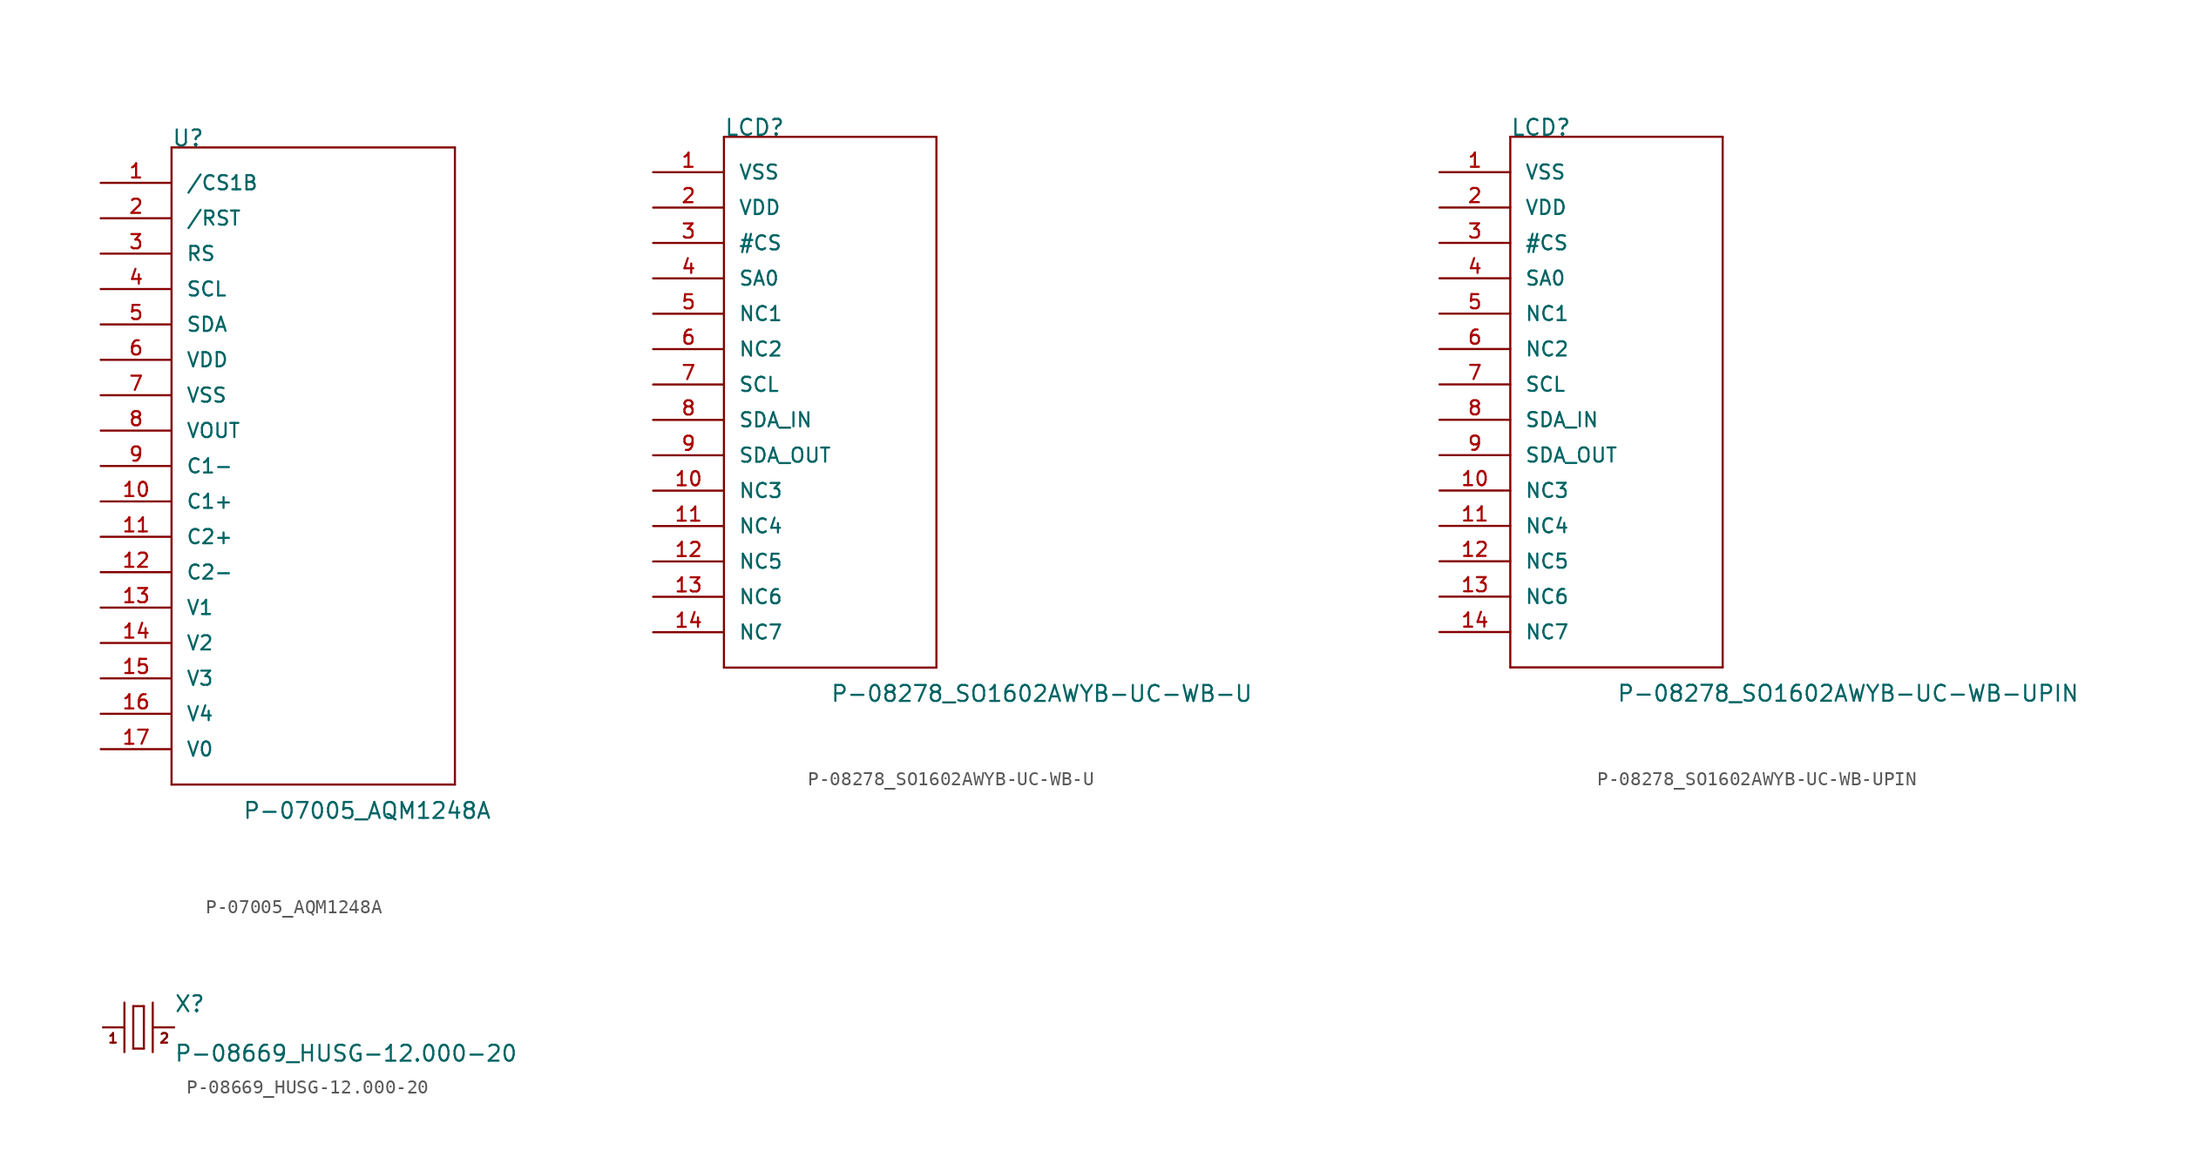
<source format=kicad_sym>
(kicad_symbol_lib
  (version 20211014)
  (generator kicad_symbol_editor)
  (symbol "P-07005_AQM1248A"
    (pin_names
      (offset 1.016))
    (property "Reference" "U"
      (at -2.54 48.26 0)
      (effects (font (size 1.143 1.143)) (justify left bottom)))
    (property "Value" "P-07005_AQM1248A"
      (at 2.54 0 0)
      (effects (font (size 1.143 1.143)) (justify left bottom)))
    (property "ki_locked" ""
      (at 0 0 0)
      (effects (font (size 1.27 1.27))))
    (symbol "P-07005_AQM1248A_1_0"
      (polyline (pts (xy -2.54 2.54) (xy 17.78 2.54)) (stroke (width 0) (type default) (color 0 0 0 0)) (fill (type none)))
      (polyline (pts (xy -2.54 48.26) (xy -2.54 2.54)) (stroke (width 0) (type default) (color 0 0 0 0)) (fill (type none)))
      (polyline (pts (xy 17.78 2.54) (xy 17.78 48.26)) (stroke (width 0) (type default) (color 0 0 0 0)) (fill (type none)))
      (polyline (pts (xy 17.78 48.26) (xy -2.54 48.26)) (stroke (width 0) (type default) (color 0 0 0 0)) (fill (type none))))
    (symbol "P-07005_AQM1248A_1_1"
      (pin bidirectional line (at -7.62 45.72 0) (length 5.08) (name "/CS1B" (effects (font (size 1.016 1.016)))) (number "1" (effects (font (size 1.016 1.016)))))
      (pin bidirectional line (at -7.62 22.86 0) (length 5.08) (name "C1+" (effects (font (size 1.016 1.016)))) (number "10" (effects (font (size 1.016 1.016)))))
      (pin bidirectional line (at -7.62 20.32 0) (length 5.08) (name "C2+" (effects (font (size 1.016 1.016)))) (number "11" (effects (font (size 1.016 1.016)))))
      (pin bidirectional line (at -7.62 17.78 0) (length 5.08) (name "C2-" (effects (font (size 1.016 1.016)))) (number "12" (effects (font (size 1.016 1.016)))))
      (pin bidirectional line (at -7.62 15.24 0) (length 5.08) (name "V1" (effects (font (size 1.016 1.016)))) (number "13" (effects (font (size 1.016 1.016)))))
      (pin bidirectional line (at -7.62 12.7 0) (length 5.08) (name "V2" (effects (font (size 1.016 1.016)))) (number "14" (effects (font (size 1.016 1.016)))))
      (pin bidirectional line (at -7.62 10.16 0) (length 5.08) (name "V3" (effects (font (size 1.016 1.016)))) (number "15" (effects (font (size 1.016 1.016)))))
      (pin bidirectional line (at -7.62 7.62 0) (length 5.08) (name "V4" (effects (font (size 1.016 1.016)))) (number "16" (effects (font (size 1.016 1.016)))))
      (pin bidirectional line (at -7.62 5.08 0) (length 5.08) (name "V0" (effects (font (size 1.016 1.016)))) (number "17" (effects (font (size 1.016 1.016)))))
      (pin bidirectional line (at -7.62 43.18 0) (length 5.08) (name "/RST" (effects (font (size 1.016 1.016)))) (number "2" (effects (font (size 1.016 1.016)))))
      (pin bidirectional line (at -7.62 40.64 0) (length 5.08) (name "RS" (effects (font (size 1.016 1.016)))) (number "3" (effects (font (size 1.016 1.016)))))
      (pin bidirectional line (at -7.62 38.1 0) (length 5.08) (name "SCL" (effects (font (size 1.016 1.016)))) (number "4" (effects (font (size 1.016 1.016)))))
      (pin bidirectional line (at -7.62 35.56 0) (length 5.08) (name "SDA" (effects (font (size 1.016 1.016)))) (number "5" (effects (font (size 1.016 1.016)))))
      (pin bidirectional line (at -7.62 33.02 0) (length 5.08) (name "VDD" (effects (font (size 1.016 1.016)))) (number "6" (effects (font (size 1.016 1.016)))))
      (pin bidirectional line (at -7.62 30.48 0) (length 5.08) (name "VSS" (effects (font (size 1.016 1.016)))) (number "7" (effects (font (size 1.016 1.016)))))
      (pin bidirectional line (at -7.62 27.94 0) (length 5.08) (name "VOUT" (effects (font (size 1.016 1.016)))) (number "8" (effects (font (size 1.016 1.016)))))
      (pin bidirectional line (at -7.62 25.4 0) (length 5.08) (name "C1-" (effects (font (size 1.016 1.016)))) (number "9" (effects (font (size 1.016 1.016)))))))
  (symbol "P-08278_SO1602AWYB-UC-WB-U"
    (pin_names
      (offset 1.016))
    (property "Reference" "LCD"
      (at -22.86 22.86 0)
      (effects (font (size 1.143 1.143)) (justify left bottom)))
    (property "Value" "P-08278_SO1602AWYB-UC-WB-U"
      (at -15.24 -17.78 0)
      (effects (font (size 1.143 1.143)) (justify left bottom)))
    (property "ki_locked" ""
      (at 0 0 0)
      (effects (font (size 1.27 1.27))))
    (symbol "P-08278_SO1602AWYB-UC-WB-U_1_0"
      (polyline (pts (xy -22.86 -15.24) (xy -22.86 22.86)) (stroke (width 0) (type default) (color 0 0 0 0)) (fill (type none)))
      (polyline (pts (xy -22.86 22.86) (xy -7.62 22.86)) (stroke (width 0) (type default) (color 0 0 0 0)) (fill (type none)))
      (polyline (pts (xy -7.62 -15.24) (xy -22.86 -15.24)) (stroke (width 0) (type default) (color 0 0 0 0)) (fill (type none)))
      (polyline (pts (xy -7.62 22.86) (xy -7.62 -15.24)) (stroke (width 0) (type default) (color 0 0 0 0)) (fill (type none))))
    (symbol "P-08278_SO1602AWYB-UC-WB-U_1_1"
      (pin bidirectional line (at -27.94 20.32 0) (length 5.08) (name "VSS" (effects (font (size 1.016 1.016)))) (number "1" (effects (font (size 1.016 1.016)))))
      (pin bidirectional line (at -27.94 -2.54 0) (length 5.08) (name "NC3" (effects (font (size 1.016 1.016)))) (number "10" (effects (font (size 1.016 1.016)))))
      (pin bidirectional line (at -27.94 -5.08 0) (length 5.08) (name "NC4" (effects (font (size 1.016 1.016)))) (number "11" (effects (font (size 1.016 1.016)))))
      (pin bidirectional line (at -27.94 -7.62 0) (length 5.08) (name "NC5" (effects (font (size 1.016 1.016)))) (number "12" (effects (font (size 1.016 1.016)))))
      (pin bidirectional line (at -27.94 -10.16 0) (length 5.08) (name "NC6" (effects (font (size 1.016 1.016)))) (number "13" (effects (font (size 1.016 1.016)))))
      (pin bidirectional line (at -27.94 -12.7 0) (length 5.08) (name "NC7" (effects (font (size 1.016 1.016)))) (number "14" (effects (font (size 1.016 1.016)))))
      (pin bidirectional line (at -27.94 17.78 0) (length 5.08) (name "VDD" (effects (font (size 1.016 1.016)))) (number "2" (effects (font (size 1.016 1.016)))))
      (pin bidirectional line (at -27.94 15.24 0) (length 5.08) (name "#CS" (effects (font (size 1.016 1.016)))) (number "3" (effects (font (size 1.016 1.016)))))
      (pin bidirectional line (at -27.94 12.7 0) (length 5.08) (name "SA0" (effects (font (size 1.016 1.016)))) (number "4" (effects (font (size 1.016 1.016)))))
      (pin bidirectional line (at -27.94 10.16 0) (length 5.08) (name "NC1" (effects (font (size 1.016 1.016)))) (number "5" (effects (font (size 1.016 1.016)))))
      (pin bidirectional line (at -27.94 7.62 0) (length 5.08) (name "NC2" (effects (font (size 1.016 1.016)))) (number "6" (effects (font (size 1.016 1.016)))))
      (pin bidirectional line (at -27.94 5.08 0) (length 5.08) (name "SCL" (effects (font (size 1.016 1.016)))) (number "7" (effects (font (size 1.016 1.016)))))
      (pin bidirectional line (at -27.94 2.54 0) (length 5.08) (name "SDA_IN" (effects (font (size 1.016 1.016)))) (number "8" (effects (font (size 1.016 1.016)))))
      (pin bidirectional line (at -27.94 0 0) (length 5.08) (name "SDA_OUT" (effects (font (size 1.016 1.016)))) (number "9" (effects (font (size 1.016 1.016)))))))
  (symbol "P-08278_SO1602AWYB-UC-WB-UPIN"
    (pin_names
      (offset 1.016))
    (property "Reference" "LCD"
      (at -22.86 22.86 0)
      (effects (font (size 1.143 1.143)) (justify left bottom)))
    (property "Value" "P-08278_SO1602AWYB-UC-WB-UPIN"
      (at -15.24 -17.78 0)
      (effects (font (size 1.143 1.143)) (justify left bottom)))
    (property "ki_locked" ""
      (at 0 0 0)
      (effects (font (size 1.27 1.27))))
    (symbol "P-08278_SO1602AWYB-UC-WB-UPIN_1_0"
      (polyline (pts (xy -22.86 -15.24) (xy -22.86 22.86)) (stroke (width 0) (type default) (color 0 0 0 0)) (fill (type none)))
      (polyline (pts (xy -22.86 22.86) (xy -7.62 22.86)) (stroke (width 0) (type default) (color 0 0 0 0)) (fill (type none)))
      (polyline (pts (xy -7.62 -15.24) (xy -22.86 -15.24)) (stroke (width 0) (type default) (color 0 0 0 0)) (fill (type none)))
      (polyline (pts (xy -7.62 22.86) (xy -7.62 -15.24)) (stroke (width 0) (type default) (color 0 0 0 0)) (fill (type none))))
    (symbol "P-08278_SO1602AWYB-UC-WB-UPIN_1_1"
      (pin bidirectional line (at -27.94 20.32 0) (length 5.08) (name "VSS" (effects (font (size 1.016 1.016)))) (number "1" (effects (font (size 1.016 1.016)))))
      (pin bidirectional line (at -27.94 -2.54 0) (length 5.08) (name "NC3" (effects (font (size 1.016 1.016)))) (number "10" (effects (font (size 1.016 1.016)))))
      (pin bidirectional line (at -27.94 -5.08 0) (length 5.08) (name "NC4" (effects (font (size 1.016 1.016)))) (number "11" (effects (font (size 1.016 1.016)))))
      (pin bidirectional line (at -27.94 -7.62 0) (length 5.08) (name "NC5" (effects (font (size 1.016 1.016)))) (number "12" (effects (font (size 1.016 1.016)))))
      (pin bidirectional line (at -27.94 -10.16 0) (length 5.08) (name "NC6" (effects (font (size 1.016 1.016)))) (number "13" (effects (font (size 1.016 1.016)))))
      (pin bidirectional line (at -27.94 -12.7 0) (length 5.08) (name "NC7" (effects (font (size 1.016 1.016)))) (number "14" (effects (font (size 1.016 1.016)))))
      (pin bidirectional line (at -27.94 17.78 0) (length 5.08) (name "VDD" (effects (font (size 1.016 1.016)))) (number "2" (effects (font (size 1.016 1.016)))))
      (pin bidirectional line (at -27.94 15.24 0) (length 5.08) (name "#CS" (effects (font (size 1.016 1.016)))) (number "3" (effects (font (size 1.016 1.016)))))
      (pin bidirectional line (at -27.94 12.7 0) (length 5.08) (name "SA0" (effects (font (size 1.016 1.016)))) (number "4" (effects (font (size 1.016 1.016)))))
      (pin bidirectional line (at -27.94 10.16 0) (length 5.08) (name "NC1" (effects (font (size 1.016 1.016)))) (number "5" (effects (font (size 1.016 1.016)))))
      (pin bidirectional line (at -27.94 7.62 0) (length 5.08) (name "NC2" (effects (font (size 1.016 1.016)))) (number "6" (effects (font (size 1.016 1.016)))))
      (pin bidirectional line (at -27.94 5.08 0) (length 5.08) (name "SCL" (effects (font (size 1.016 1.016)))) (number "7" (effects (font (size 1.016 1.016)))))
      (pin bidirectional line (at -27.94 2.54 0) (length 5.08) (name "SDA_IN" (effects (font (size 1.016 1.016)))) (number "8" (effects (font (size 1.016 1.016)))))
      (pin bidirectional line (at -27.94 0 0) (length 5.08) (name "SDA_OUT" (effects (font (size 1.016 1.016)))) (number "9" (effects (font (size 1.016 1.016)))))))
  (symbol "P-08669_HUSG-12.000-20"
    (pin_numbers hide)
    (pin_names
      (offset 1.016) hide)
    (property "Reference" "X"
      (at 2.54 1.016 0)
      (effects (font (size 1.143 1.143)) (justify left bottom)))
    (property "Value" "P-08669_HUSG-12.000-20"
      (at 2.54 -2.54 0)
      (effects (font (size 1.143 1.143)) (justify left bottom)))
    (property "ki_locked" ""
      (at 0 0 0)
      (effects (font (size 1.27 1.27))))
    (symbol "P-08669_HUSG-12.000-20_1_0"
      (polyline (pts (xy -2.54 0) (xy -1.016 0)) (stroke (width 0) (type default) (color 0 0 0 0)) (fill (type none)))
      (polyline (pts (xy -1.016 1.778) (xy -1.016 -1.778)) (stroke (width 0) (type default) (color 0 0 0 0)) (fill (type none)))
      (polyline (pts (xy -0.381 -1.524) (xy 0.381 -1.524)) (stroke (width 0) (type default) (color 0 0 0 0)) (fill (type none)))
      (polyline (pts (xy -0.381 1.524) (xy -0.381 -1.524)) (stroke (width 0) (type default) (color 0 0 0 0)) (fill (type none)))
      (polyline (pts (xy 0.381 -1.524) (xy 0.381 1.524)) (stroke (width 0) (type default) (color 0 0 0 0)) (fill (type none)))
      (polyline (pts (xy 0.381 1.524) (xy -0.381 1.524)) (stroke (width 0) (type default) (color 0 0 0 0)) (fill (type none)))
      (polyline (pts (xy 1.016 0) (xy 2.54 0)) (stroke (width 0) (type default) (color 0 0 0 0)) (fill (type none)))
      (polyline (pts (xy 1.016 1.778) (xy 1.016 -1.778)) (stroke (width 0) (type default) (color 0 0 0 0)) (fill (type none)))
      (text "1" (at -1.829 -0.787 0) (effects (font (size 0.686 0.686))))
      (text "2" (at 1.854 -0.787 0) (effects (font (size 0.686 0.686)))))
    (symbol "P-08669_HUSG-12.000-20_1_1"
      (pin passive line (at -2.54 0 0) (length 0) (name "1" (effects (font (size 1.016 1.016)))) (number "1" (effects (font (size 1.016 1.016)))))
      (pin passive line (at 2.54 0 180) (length 0) (name "2" (effects (font (size 1.016 1.016)))) (number "2" (effects (font (size 1.016 1.016))))))))
</source>
